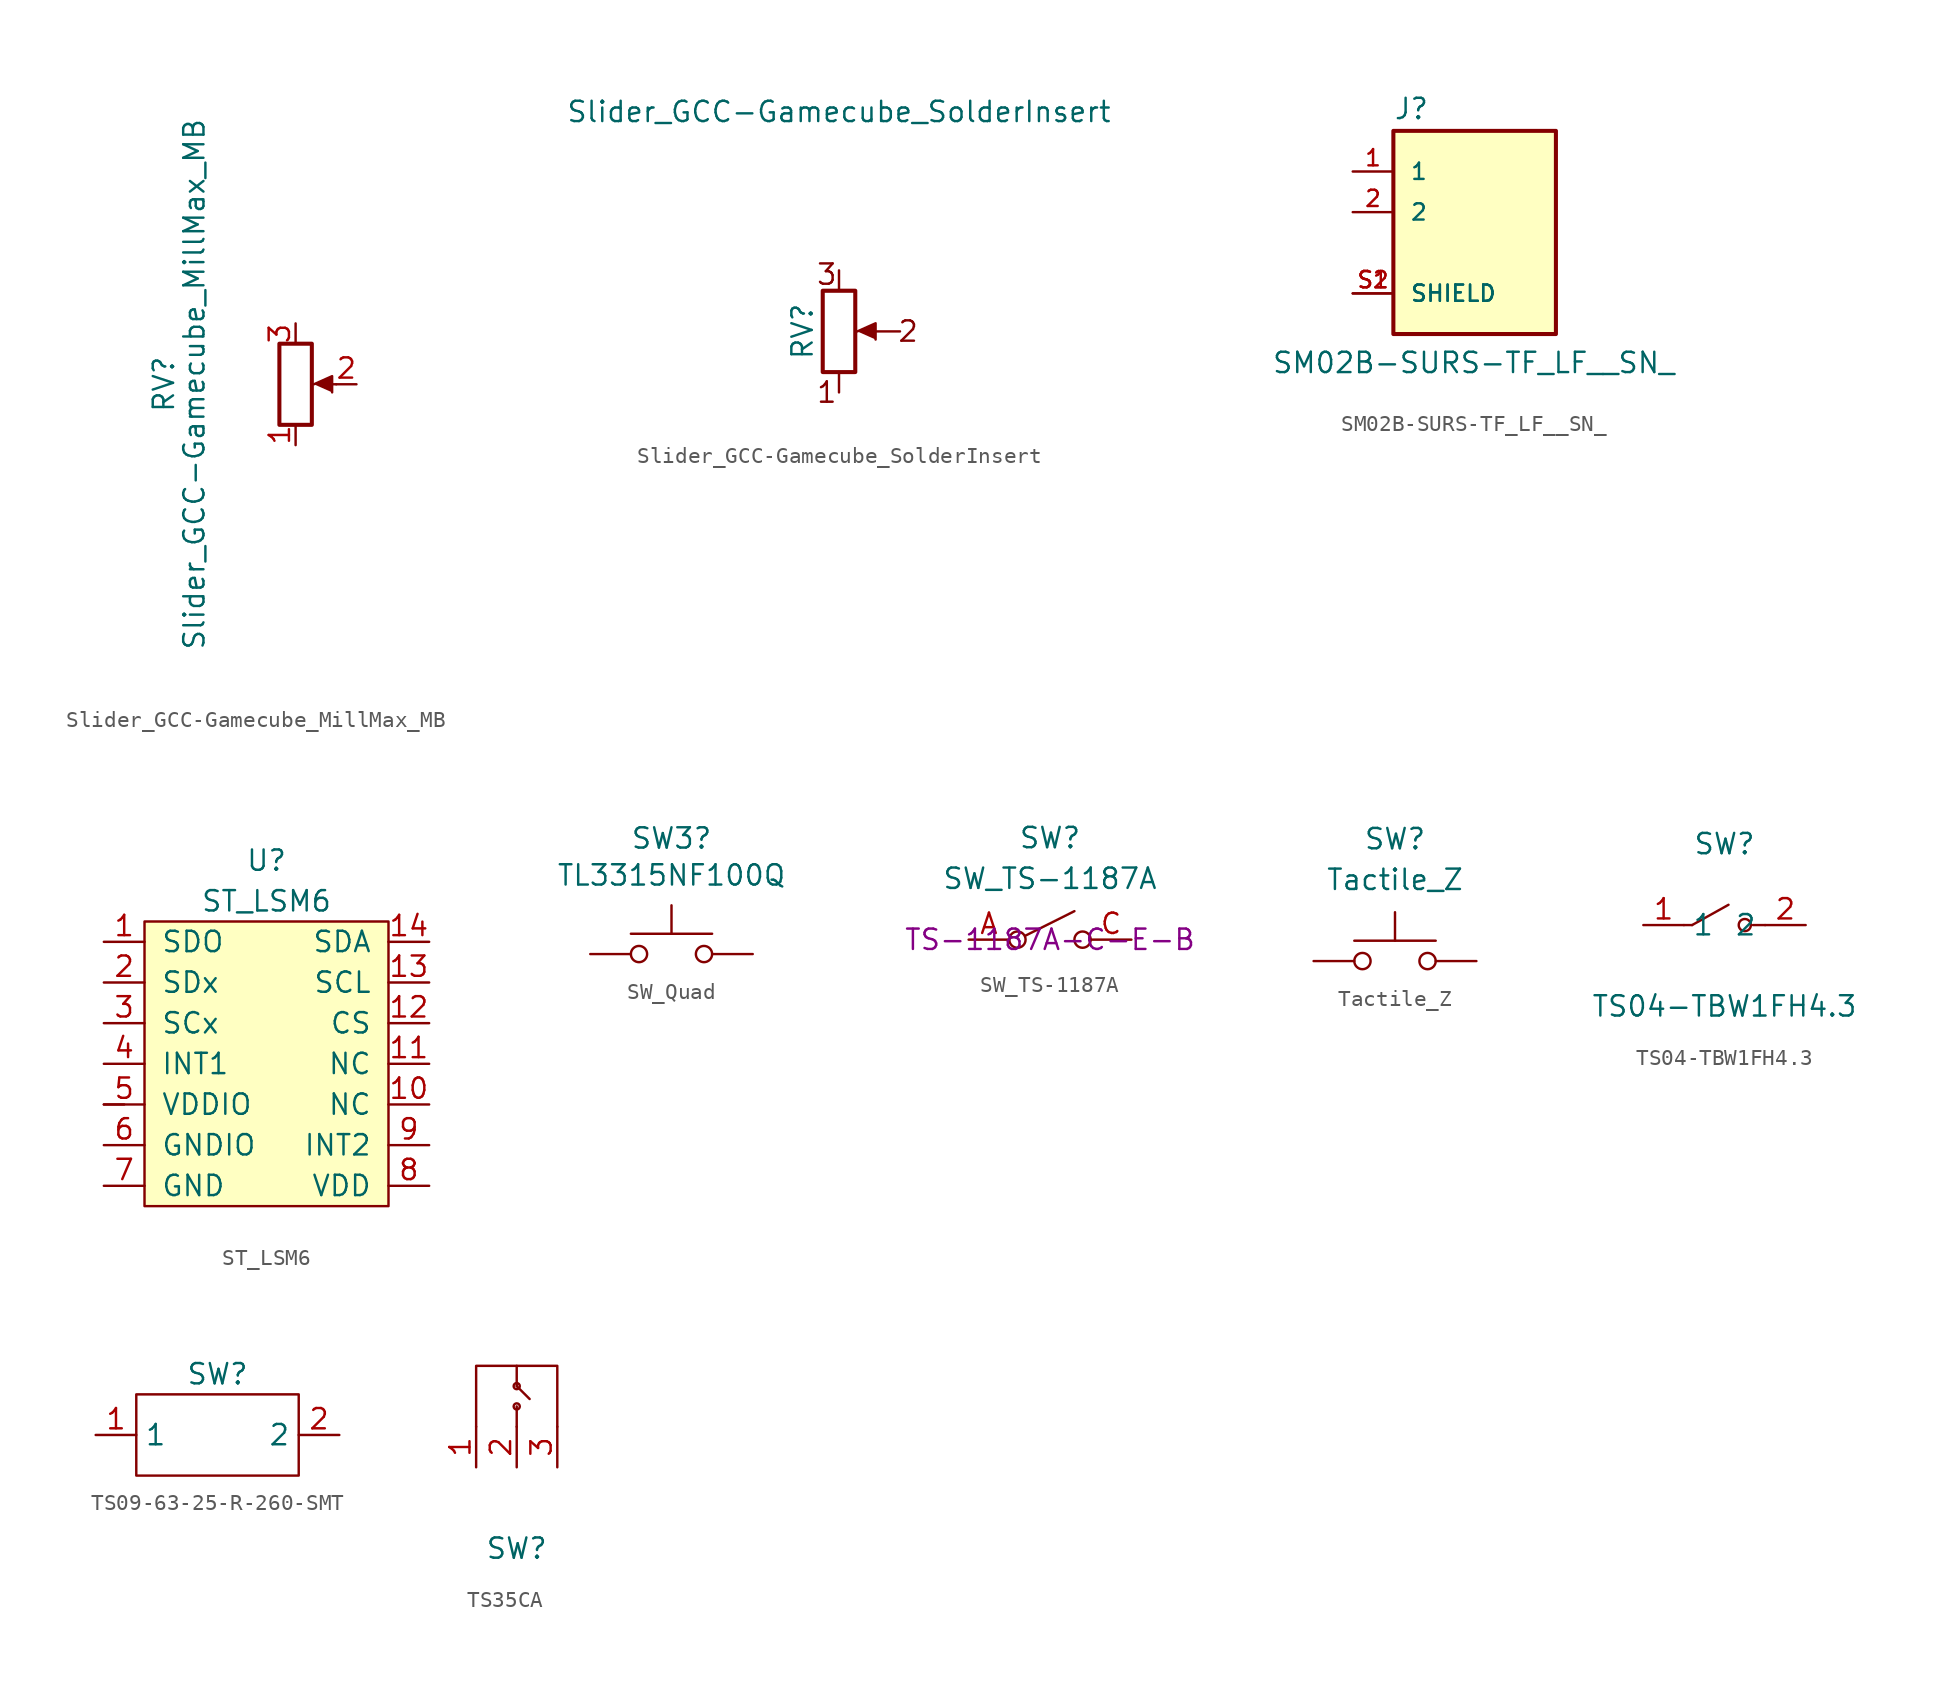
<source format=kicad_sym>
(kicad_symbol_lib
  (version 20241209)
  (generator "kicad_symbol_editor")
  (generator_version "9.0")
  (symbol "Slider_GCC-Gamecube_MillMax_MB"
    (pin_names
      (offset 1.016)
      (hide yes))
    (property "Reference" "RV"
      (at -8.255 0 90)
      (effects (font (size 1.27 1.27))))
    (property "Value" "Slider_GCC-Gamecube_MillMax_MB"
      (at -6.35 0 90)
      (effects (font (size 1.27 1.27))))
    (symbol "Slider_GCC-Gamecube_MillMax_MB_0_1"
      (rectangle (start 1.016 2.54) (end -1.016 -2.54) (stroke (width 0.254) (type default)) (fill (type none)))
      (polyline (pts (xy 1.143 0) (xy 2.286 0.508) (xy 2.286 -0.508)) (stroke (width 0) (type default)) (fill (type outline)))
      (polyline (pts (xy 2.54 0) (xy 1.524 0)) (stroke (width 0) (type default)) (fill (type none))))
    (symbol "Slider_GCC-Gamecube_MillMax_MB_1_1"
      (pin passive line (at 0 3.81 270) (length 1.27) (name "V+" (effects (font (size 1.27 1.27)))) (number "3" (effects (font (size 1.27 1.27)))))
      (pin passive line (at 0 -3.81 90) (length 1.27) (name "GND" (effects (font (size 1.27 1.27)))) (number "1" (effects (font (size 1.27 1.27)))))
      (pin passive line (at 3.81 0 180) (length 1.27) (name "Signal" (effects (font (size 1.27 1.27)))) (number "2" (effects (font (size 1.27 1.27)))))))
  (symbol "Slider_GCC-Gamecube_SolderInsert"
    (pin_names
      (offset 1.016)
      (hide yes))
    (property "Reference" "RV"
      (at -2.286 0 90)
      (effects (font (size 1.27 1.27))))
    (property "Value" "Slider_GCC-Gamecube_SolderInsert"
      (at 0 13.716 0)
      (effects (font (size 1.27 1.27))))
    (symbol "Slider_GCC-Gamecube_SolderInsert_0_1"
      (rectangle (start -1.016 2.54) (end 1.016 -2.54) (stroke (width 0.254) (type default)) (fill (type none)))
      (polyline (pts (xy 0 2.54) (xy 0 3.81)) (stroke (width 0) (type default)) (fill (type none)))
      (polyline (pts (xy 0 -3.81) (xy 0 -2.54)) (stroke (width 0) (type default)) (fill (type none)))
      (polyline (pts (xy 1.143 0) (xy 2.286 0.508) (xy 2.286 -0.508)) (stroke (width 0) (type default)) (fill (type outline)))
      (polyline (pts (xy 3.81 0) (xy 1.524 0)) (stroke (width 0) (type default)) (fill (type none))))
    (symbol "Slider_GCC-Gamecube_SolderInsert_1_1"
      (text "3" (at -0.762 3.556 0) (effects (font (size 1.27 1.27))))
      (text "1" (at -0.762 -3.81 0) (effects (font (size 1.27 1.27))))
      (text "2" (at 4.318 0 0) (effects (font (size 1.27 1.27))))))
  (symbol "SM02B-SURS-TF_LF__SN_"
    (pin_names
      (offset 1.016))
    (property "Reference" "J"
      (at -5.08 5.716 0)
      (effects (font (size 1.27 1.27)) (justify left bottom)))
    (property "Value" "SM02B-SURS-TF_LF__SN_"
      (at -12.7 -10.16 0)
      (effects (font (size 1.27 1.27)) (justify left bottom)))
    (symbol "SM02B-SURS-TF_LF__SN__0_0"
      (rectangle (start -5.08 -7.62) (end 5.08 5.08) (stroke (width 0.254) (type default)) (fill (type background)))
      (pin passive line (at -7.62 2.54 0) (length 2.54) (name "1" (effects (font (size 1.016 1.016)))) (number "1" (effects (font (size 1.016 1.016)))))
      (pin passive line (at -7.62 0 0) (length 2.54) (name "2" (effects (font (size 1.016 1.016)))) (number "2" (effects (font (size 1.016 1.016)))))
      (pin passive line (at -7.62 -5.08 0) (length 2.54) (name "SHIELD" (effects (font (size 1.016 1.016)))) (number "S1" (effects (font (size 1.016 1.016)))))
      (pin passive line (at -7.62 -5.08 0) (length 2.54) (name "SHIELD" (effects (font (size 1.016 1.016)))) (number "S2" (effects (font (size 1.016 1.016)))))))
  (symbol "ST_LSM6"
    (pin_names
      (offset 1.016))
    (property "Reference" "U"
      (at 0 8.89 0)
      (effects (font (size 1.27 1.27))))
    (property "Value" "ST_LSM6"
      (at 0 6.35 0)
      (effects (font (size 1.27 1.27))))
    (symbol "ST_LSM6_0_0"
      (rectangle (start -7.62 5.08) (end 7.62 -12.7) (stroke (width 0) (type default)) (fill (type background))))
    (symbol "ST_LSM6_0_1"
      (rectangle (start -8.89 -6.35) (end -10.16 -6.35) (stroke (width 0) (type default)) (fill (type none))))
    (symbol "ST_LSM6_1_1"
      (pin bidirectional line (at -10.16 3.81 0) (length 2.54) (name "SDO" (effects (font (size 1.27 1.27)))) (number "1" (effects (font (size 1.27 1.27)))))
      (pin bidirectional line (at -10.16 1.27 0) (length 2.54) (name "SDx" (effects (font (size 1.27 1.27)))) (number "2" (effects (font (size 1.27 1.27)))))
      (pin bidirectional line (at -10.16 -1.27 0) (length 2.54) (name "SCx" (effects (font (size 1.27 1.27)))) (number "3" (effects (font (size 1.27 1.27)))))
      (pin bidirectional line (at -10.16 -3.81 0) (length 2.54) (name "INT1" (effects (font (size 1.27 1.27)))) (number "4" (effects (font (size 1.27 1.27)))))
      (pin bidirectional line (at -10.16 -6.35 0) (length 2.54) (name "VDDIO" (effects (font (size 1.27 1.27)))) (number "5" (effects (font (size 1.27 1.27)))))
      (pin bidirectional line (at -10.16 -8.89 0) (length 2.54) (name "GNDIO" (effects (font (size 1.27 1.27)))) (number "6" (effects (font (size 1.27 1.27)))))
      (pin bidirectional line (at -10.16 -11.43 0) (length 2.54) (name "GND" (effects (font (size 1.27 1.27)))) (number "7" (effects (font (size 1.27 1.27)))))
      (pin bidirectional line (at 10.16 3.81 180) (length 2.54) (name "SDA" (effects (font (size 1.27 1.27)))) (number "14" (effects (font (size 1.27 1.27)))))
      (pin bidirectional line (at 10.16 1.27 180) (length 2.54) (name "SCL" (effects (font (size 1.27 1.27)))) (number "13" (effects (font (size 1.27 1.27)))))
      (pin bidirectional line (at 10.16 -1.27 180) (length 2.54) (name "CS" (effects (font (size 1.27 1.27)))) (number "12" (effects (font (size 1.27 1.27)))))
      (pin bidirectional line (at 10.16 -3.81 180) (length 2.54) (name "NC" (effects (font (size 1.27 1.27)))) (number "11" (effects (font (size 1.27 1.27)))))
      (pin bidirectional line (at 10.16 -6.35 180) (length 2.54) (name "NC" (effects (font (size 1.27 1.27)))) (number "10" (effects (font (size 1.27 1.27)))))
      (pin bidirectional line (at 10.16 -8.89 180) (length 2.54) (name "INT2" (effects (font (size 1.27 1.27)))) (number "9" (effects (font (size 1.27 1.27)))))
      (pin bidirectional line (at 10.16 -11.43 180) (length 2.54) (name "VDD" (effects (font (size 1.27 1.27)))) (number "8" (effects (font (size 1.27 1.27)))))))
  (symbol "SW_Quad"
    (pin_numbers
      (hide yes))
    (pin_names
      (offset 1.016)
      (hide yes))
    (property "Reference" "SW3"
      (at 0 7.239 0)
      (effects (font (size 1.27 1.27))))
    (property "Value" "TL3315NF100Q"
      (at 0 4.928 0)
      (effects (font (size 1.27 1.27))))
    (symbol "SW_Quad_0_1"
      (circle (center -2.032 0) (radius 0.508) (stroke (width 0) (type default)) (fill (type none)))
      (polyline (pts (xy 0 1.27) (xy 0 3.048)) (stroke (width 0) (type default)) (fill (type none)))
      (circle (center 2.032 0) (radius 0.508) (stroke (width 0) (type default)) (fill (type none)))
      (polyline (pts (xy 2.54 1.27) (xy -2.54 1.27)) (stroke (width 0) (type default)) (fill (type none)))
      (pin passive line (at -5.08 0 0) (length 2.54) (name "1" (effects (font (size 1.27 1.27)))) (number "1" (effects (font (size 1.27 1.27))))))
    (symbol "SW_Quad_1_1"
      (pin passive line (at -5.08 0 0) (length 2.54) (hide yes) (name "2" (effects (font (size 1.27 1.27)))) (number "2" (effects (font (size 1.27 1.27)))))
      (pin passive line (at 5.08 0 180) (length 2.54) (name "3" (effects (font (size 1.27 1.27)))) (number "3" (effects (font (size 1.27 1.27)))))
      (pin passive line (at 5.08 0 180) (length 2.54) (hide yes) (name "4" (effects (font (size 1.27 1.27)))) (number "4" (effects (font (size 1.27 1.27)))))))
  (symbol "SW_TS-1187A"
    (pin_names
      (offset 0)
      (hide yes))
    (property "Reference" "SW"
      (at 0 6.35 0)
      (effects (font (size 1.27 1.27))))
    (property "Value" "SW_TS-1187A"
      (at 0 3.81 0)
      (effects (font (size 1.27 1.27))))
    (property "MPN" "TS-1187A-C-E-B"
      (at 0 0 0)
      (effects (font (size 1.27 1.27))))
    (symbol "SW_TS-1187A_0_0"
      (circle (center -2.032 0) (radius 0.508) (stroke (width 0) (type default)) (fill (type none)))
      (polyline (pts (xy -1.524 0.254) (xy 1.524 1.778)) (stroke (width 0) (type default)) (fill (type none)))
      (circle (center 2.032 0) (radius 0.508) (stroke (width 0) (type default)) (fill (type none))))
    (symbol "SW_TS-1187A_1_1"
      (pin passive line (at -5.08 0 0) (length 2.54) (name "A" (effects (font (size 1.27 1.27)))) (number "A" (effects (font (size 1.27 1.27)))))
      (pin passive line (at -5.08 0 0) (length 2.54) (hide yes) (name "B" (effects (font (size 1.27 1.27)))) (number "B" (effects (font (size 1.27 1.27)))))
      (pin passive line (at 5.08 0 180) (length 2.54) (name "C" (effects (font (size 1.27 1.27)))) (number "C" (effects (font (size 1.27 1.27)))))
      (pin passive line (at 5.08 0 180) (length 2.54) (hide yes) (name "D" (effects (font (size 1.27 1.27)))) (number "D" (effects (font (size 1.27 1.27)))))))
  (symbol "Tactile_Z"
    (pin_numbers
      (hide yes))
    (pin_names
      (offset 1.016)
      (hide yes))
    (property "Reference" "SW"
      (at 0 7.62 0)
      (effects (font (size 1.27 1.27))))
    (property "Value" "Tactile_Z"
      (at 0 5.08 0)
      (effects (font (size 1.27 1.27))))
    (symbol "Tactile_Z_0_1"
      (circle (center -2.032 0) (radius 0.508) (stroke (width 0) (type default)) (fill (type none)))
      (polyline (pts (xy 0 1.27) (xy 0 3.048)) (stroke (width 0) (type default)) (fill (type none)))
      (circle (center 2.032 0) (radius 0.508) (stroke (width 0) (type default)) (fill (type none)))
      (polyline (pts (xy 2.54 1.27) (xy -2.54 1.27)) (stroke (width 0) (type default)) (fill (type none)))
      (pin passive line (at -5.08 0 0) (length 2.54) (name "1" (effects (font (size 1.27 1.27)))) (number "1" (effects (font (size 1.27 1.27)))))
      (pin passive line (at 5.08 0 180) (length 2.54) (name "2" (effects (font (size 1.27 1.27)))) (number "2" (effects (font (size 1.27 1.27)))))))
  (symbol "TS04-TBW1FH4.3"
    (property "Reference" "SW"
      (at 0 5.08 0)
      (effects (font (size 1.27 1.27))))
    (property "Value" "TS04-TBW1FH4.3"
      (at 0 -5.08 0)
      (effects (font (size 1.27 1.27))))
    (symbol "TS04-TBW1FH4.3_0_1"
      (polyline (pts (xy -2.03 0) (xy -2.54 0)) (stroke (width 0) (type default)) (fill (type none)))
      (polyline (pts (xy -2.03 0) (xy 0.25 1.27)) (stroke (width 0) (type default)) (fill (type none)))
      (circle (center 1.27 0) (radius 0.38) (stroke (width 0) (type default)) (fill (type none)))
      (polyline (pts (xy 1.78 0) (xy 2.54 0)) (stroke (width 0) (type default)) (fill (type none))))
    (symbol "TS04-TBW1FH4.3_1_1"
      (pin passive line (at -5.08 0 0) (length 2.54) (name "1" (effects (font (size 1.27 1.27)))) (number "1" (effects (font (size 1.27 1.27)))))
      (pin passive line (at 5.08 0 180) (length 2.54) (name "2" (effects (font (size 1.27 1.27)))) (number "2" (effects (font (size 1.27 1.27)))))))
  (symbol "TS09-63-25-R-260-SMT"
    (property "Reference" "SW"
      (at 0 3.81 0)
      (effects (font (size 1.27 1.27))))
    (symbol "TS09-63-25-R-260-SMT_0_1"
      (rectangle (start -5.08 2.54) (end 5.08 -2.54) (stroke (width 0) (type default)) (fill (type none))))
    (symbol "TS09-63-25-R-260-SMT_1_1"
      (pin input line (at -7.62 0 0) (length 2.54) (name "1" (effects (font (size 1.27 1.27)))) (number "1" (effects (font (size 1.27 1.27)))))
      (pin input line (at 7.62 0 180) (length 2.54) (name "2" (effects (font (size 1.27 1.27)))) (number "2" (effects (font (size 1.27 1.27)))))))
  (symbol "TS35CA"
    (property "Reference" "SW"
      (at 0 -7.62 0)
      (effects (font (size 1.27 1.27))))
    (symbol "TS35CA_0_1"
      (polyline (pts (xy -2.54 0) (xy -2.54 3.81) (xy 2.54 3.81) (xy 2.54 0)) (stroke (width 0) (type default)) (fill (type none)))
      (polyline (pts (xy 0 3.81) (xy 0 2.54)) (stroke (width 0) (type default)) (fill (type none)))
      (circle (center 0 2.54) (radius 0.193) (stroke (width 0) (type default)) (fill (type none)))
      (polyline (pts (xy 0 2.54) (xy 0.808 1.734)) (stroke (width 0) (type default)) (fill (type none)))
      (circle (center 0 1.27) (radius 0.193) (stroke (width 0) (type default)) (fill (type none)))
      (polyline (pts (xy 0 0) (xy 0 1.27)) (stroke (width 0) (type default)) (fill (type none))))
    (symbol "TS35CA_1_1"
      (pin input line (at -2.54 -2.54 90) (length 2.54) (name "" (effects (font (size 1.27 1.27)))) (number "1" (effects (font (size 1.27 1.27)))))
      (pin input line (at 0 -2.54 90) (length 2.54) (name "" (effects (font (size 1.27 1.27)))) (number "2" (effects (font (size 1.27 1.27)))))
      (pin input line (at 2.54 -2.54 90) (length 2.54) (name "" (effects (font (size 1.27 1.27)))) (number "3" (effects (font (size 1.27 1.27))))))))
</source>
